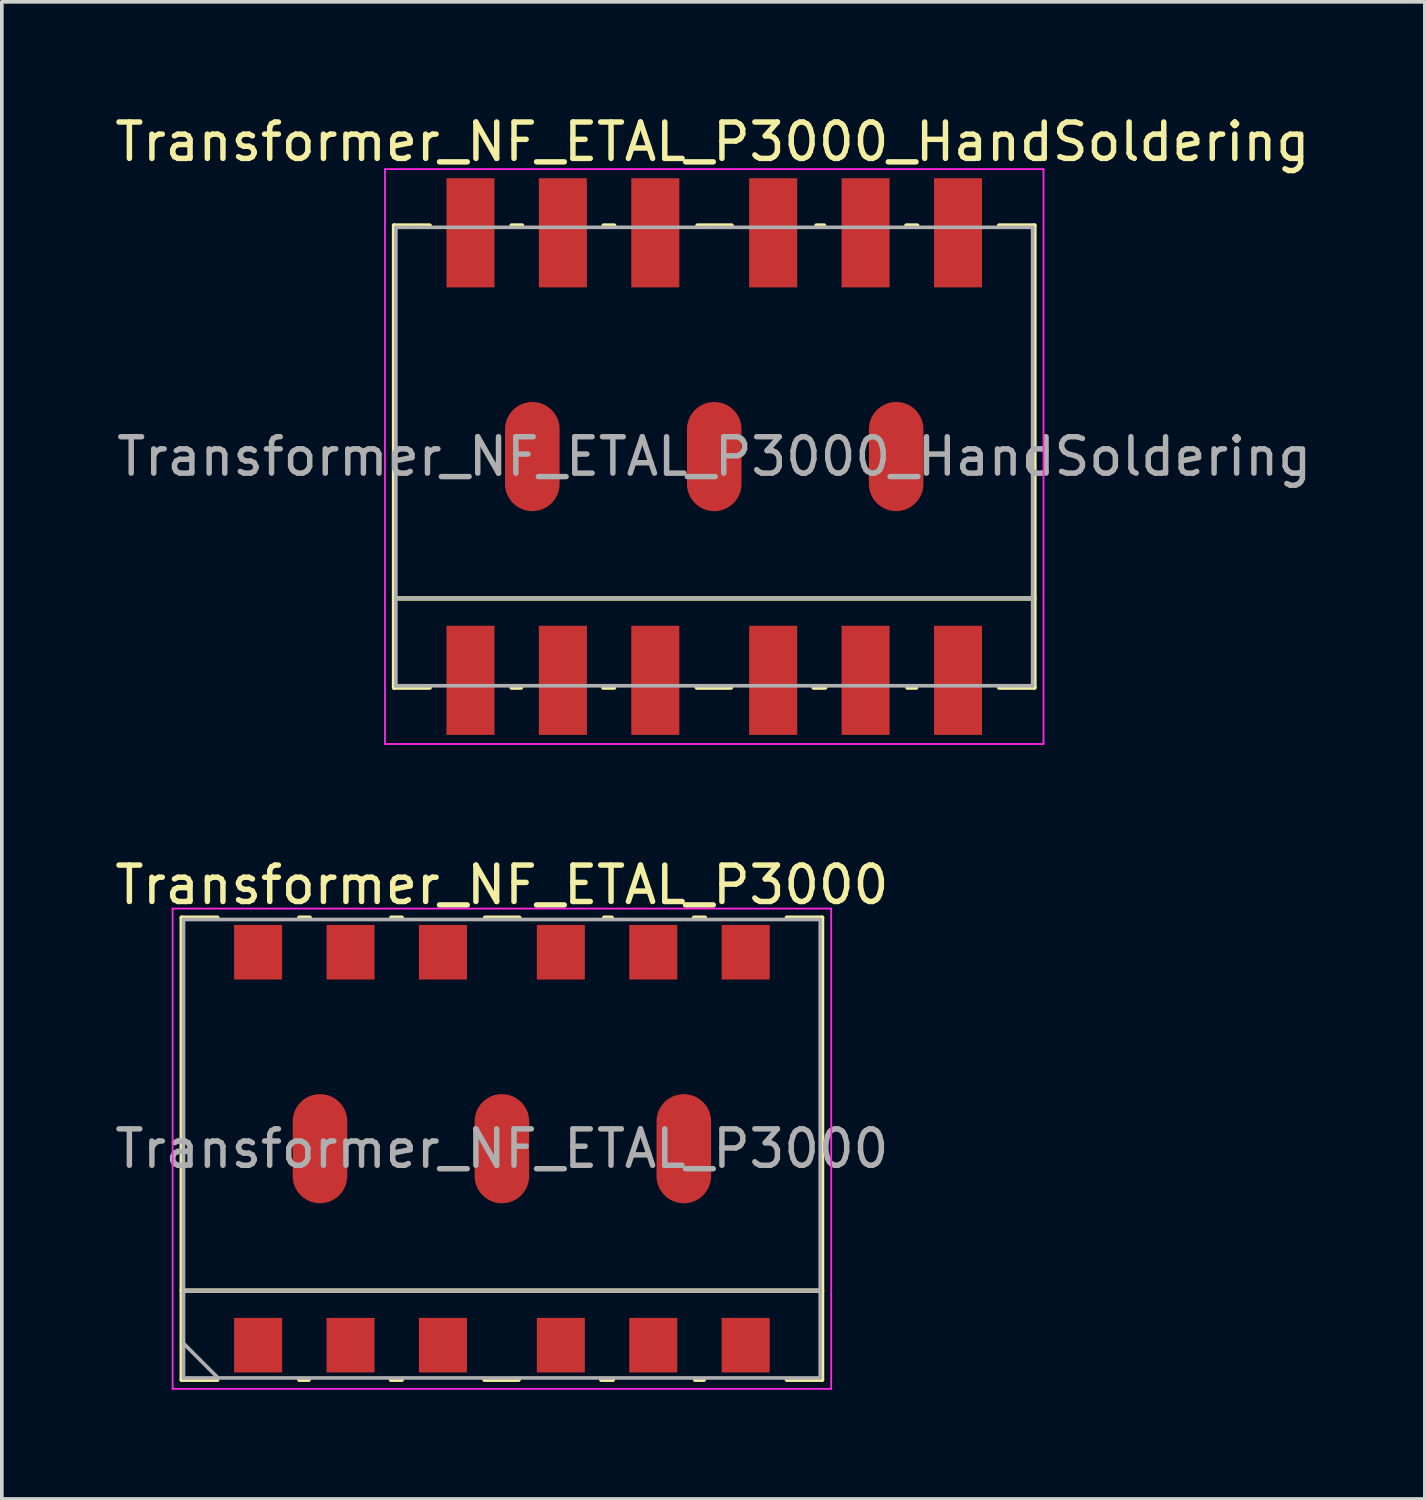
<source format=kicad_pcb>
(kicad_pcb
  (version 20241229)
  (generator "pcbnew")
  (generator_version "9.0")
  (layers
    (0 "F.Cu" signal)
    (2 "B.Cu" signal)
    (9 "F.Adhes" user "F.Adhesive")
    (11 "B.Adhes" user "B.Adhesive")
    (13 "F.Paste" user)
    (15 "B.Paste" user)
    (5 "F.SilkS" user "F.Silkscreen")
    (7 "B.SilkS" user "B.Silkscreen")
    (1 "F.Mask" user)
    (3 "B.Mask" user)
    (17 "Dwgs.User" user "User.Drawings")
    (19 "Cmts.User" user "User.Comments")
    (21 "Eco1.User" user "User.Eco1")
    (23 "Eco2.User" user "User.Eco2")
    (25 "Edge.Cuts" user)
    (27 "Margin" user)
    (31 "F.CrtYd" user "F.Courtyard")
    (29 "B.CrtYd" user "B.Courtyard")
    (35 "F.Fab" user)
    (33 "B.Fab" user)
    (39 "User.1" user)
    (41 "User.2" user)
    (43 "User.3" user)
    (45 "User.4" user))
  (footprint "Transformer_NF_ETAL_P3000"
    (layer "F.Cu")
    (at 10.744 28.521)
    (property "Reference" "Transformer_NF_ETAL_P3000" (at 0 -7.25 0) (layer "F.SilkS") (effects (font (size 1 1) (thickness 0.15))))
    (attr smd)
    (fp_line (start -8.8 -6.35) (end -7.82 -6.35) (stroke (width 0.12) (type solid)) (layer "F.SilkS"))
    (fp_line (start -8.8 6.35) (end -8.8 -6.35) (stroke (width 0.12) (type solid)) (layer "F.SilkS"))
    (fp_line (start -7.82 6.35) (end -8.8 6.35) (stroke (width 0.12) (type solid)) (layer "F.SilkS"))
    (fp_line (start -5.57 -6.35) (end -5.28 -6.35) (stroke (width 0.12) (type solid)) (layer "F.SilkS"))
    (fp_line (start -5.31 6.35) (end -5.57 6.35) (stroke (width 0.12) (type solid)) (layer "F.SilkS"))
    (fp_line (start -3.04 -6.35) (end -2.75 -6.35) (stroke (width 0.12) (type solid)) (layer "F.SilkS"))
    (fp_line (start -2.75 6.35) (end -3.05 6.35) (stroke (width 0.12) (type solid)) (layer "F.SilkS"))
    (fp_line (start -0.46 -6.35) (end 0.48 -6.35) (stroke (width 0.12) (type solid)) (layer "F.SilkS"))
    (fp_line (start 0.46 6.35) (end -0.48 6.35) (stroke (width 0.12) (type solid)) (layer "F.SilkS"))
    (fp_line (start 2.81 -6.35) (end 3.02 -6.35) (stroke (width 0.12) (type solid)) (layer "F.SilkS"))
    (fp_line (start 3.05 6.35) (end 2.73 6.35) (stroke (width 0.12) (type solid)) (layer "F.SilkS"))
    (fp_line (start 5.28 -6.35) (end 5.58 -6.35) (stroke (width 0.12) (type solid)) (layer "F.SilkS"))
    (fp_line (start 5.55 6.35) (end 5.31 6.35) (stroke (width 0.12) (type solid)) (layer "F.SilkS"))
    (fp_line (start 8.8 -6.35) (end 7.83 -6.35) (stroke (width 0.12) (type solid)) (layer "F.SilkS"))
    (fp_line (start 8.8 -6.35) (end 8.8 6.35) (stroke (width 0.12) (type solid)) (layer "F.SilkS"))
    (fp_line (start 8.8 3.9) (end -8.8 3.9) (stroke (width 0.12) (type solid)) (layer "F.SilkS"))
    (fp_line (start 8.8 6.35) (end 7.83 6.35) (stroke (width 0.12) (type solid)) (layer "F.SilkS"))
    (fp_line (start -9.05 -6.6) (end -9.05 6.6) (stroke (width 0.05) (type solid)) (layer "F.CrtYd"))
    (fp_line (start -9.05 -6.6) (end 9.05 -6.6) (stroke (width 0.05) (type solid)) (layer "F.CrtYd"))
    (fp_line (start 9.05 6.6) (end -9.05 6.6) (stroke (width 0.05) (type solid)) (layer "F.CrtYd"))
    (fp_line (start 9.05 6.6) (end 9.05 -6.6) (stroke (width 0.05) (type solid)) (layer "F.CrtYd"))
    (fp_line (start -8.75 -6.3) (end 8.75 -6.3) (stroke (width 0.1) (type solid)) (layer "F.Fab"))
    (fp_line (start -8.75 6.3) (end -8.75 -6.3) (stroke (width 0.1) (type solid)) (layer "F.Fab"))
    (fp_line (start -8.65 3.9) (end 8.7 3.9) (stroke (width 0.1) (type solid)) (layer "F.Fab"))
    (fp_line (start -7.8 6.3) (end -8.75 5.35) (stroke (width 0.1) (type solid)) (layer "F.Fab"))
    (fp_line (start 8.75 -6.3) (end 8.75 6.3) (stroke (width 0.1) (type solid)) (layer "F.Fab"))
    (fp_line (start 8.75 6.3) (end -8.75 6.3) (stroke (width 0.1) (type solid)) (layer "F.Fab"))
    (fp_text user "${REFERENCE}" (at 0 0 0) (layer "F.Fab") (effects (font (size 1 1) (thickness 0.15))))
    (pad "1" smd rect (at -6.7 5.4) (size 1.32 1.5) (layers "F.Cu" "F.Mask" "F.Paste"))
    (pad "2" smd rect (at -4.16 5.4) (size 1.32 1.5) (layers "F.Cu" "F.Mask" "F.Paste"))
    (pad "3" smd rect (at -1.62 5.4) (size 1.32 1.5) (layers "F.Cu" "F.Mask" "F.Paste"))
    (pad "4" smd rect (at 1.62 5.4) (size 1.32 1.5) (layers "F.Cu" "F.Mask" "F.Paste"))
    (pad "5" smd rect (at 4.16 5.4) (size 1.32 1.5) (layers "F.Cu" "F.Mask" "F.Paste"))
    (pad "6" smd rect (at 6.7 5.4) (size 1.32 1.5) (layers "F.Cu" "F.Mask" "F.Paste"))
    (pad "7" smd rect (at 6.7 -5.4) (size 1.32 1.5) (layers "F.Cu" "F.Mask" "F.Paste"))
    (pad "8" smd rect (at 4.16 -5.4) (size 1.32 1.5) (layers "F.Cu" "F.Mask" "F.Paste"))
    (pad "9" smd rect (at 1.62 -5.4) (size 1.32 1.5) (layers "F.Cu" "F.Mask" "F.Paste"))
    (pad "10" smd rect (at -1.62 -5.4) (size 1.32 1.5) (layers "F.Cu" "F.Mask" "F.Paste"))
    (pad "11" smd rect (at -4.16 -5.4) (size 1.32 1.5) (layers "F.Cu" "F.Mask" "F.Paste"))
    (pad "12" smd rect (at -6.7 -5.4) (size 1.32 1.5) (layers "F.Cu" "F.Mask" "F.Paste"))
    (pad "13" smd oval (at -5 0) (size 1.5 3) (layers "F.Cu" "F.Mask" "F.Paste"))
    (pad "13" smd oval (at 0 0) (size 1.5 3) (layers "F.Cu" "F.Mask" "F.Paste"))
    (pad "13" smd oval (at 5 0) (size 1.5 3) (layers "F.Cu" "F.Mask" "F.Paste")))
  (footprint "Transformer_NF_ETAL_P3000_HandSoldering"
    (layer "F.Cu")
    (at 16.58 9.498)
    (property "Reference" "Transformer_NF_ETAL_P3000_HandSoldering" (at -0.05 -8.65 0) (layer "F.SilkS") (effects (font (size 1 1) (thickness 0.15))))
    (attr smd)
    (fp_line (start -8.8 -6.35) (end -7.82 -6.35) (stroke (width 0.12) (type solid)) (layer "F.SilkS"))
    (fp_line (start -8.8 6.35) (end -8.8 -6.35) (stroke (width 0.12) (type solid)) (layer "F.SilkS"))
    (fp_line (start -7.82 6.35) (end -8.8 6.35) (stroke (width 0.12) (type solid)) (layer "F.SilkS"))
    (fp_line (start -5.57 -6.35) (end -5.28 -6.35) (stroke (width 0.12) (type solid)) (layer "F.SilkS"))
    (fp_line (start -5.31 6.35) (end -5.57 6.35) (stroke (width 0.12) (type solid)) (layer "F.SilkS"))
    (fp_line (start -3.04 -6.35) (end -2.75 -6.35) (stroke (width 0.12) (type solid)) (layer "F.SilkS"))
    (fp_line (start -2.75 6.35) (end -3.05 6.35) (stroke (width 0.12) (type solid)) (layer "F.SilkS"))
    (fp_line (start -0.46 -6.35) (end 0.48 -6.35) (stroke (width 0.12) (type solid)) (layer "F.SilkS"))
    (fp_line (start 0.46 6.35) (end -0.48 6.35) (stroke (width 0.12) (type solid)) (layer "F.SilkS"))
    (fp_line (start 2.81 -6.35) (end 3.02 -6.35) (stroke (width 0.12) (type solid)) (layer "F.SilkS"))
    (fp_line (start 3.05 6.35) (end 2.73 6.35) (stroke (width 0.12) (type solid)) (layer "F.SilkS"))
    (fp_line (start 5.28 -6.35) (end 5.58 -6.35) (stroke (width 0.12) (type solid)) (layer "F.SilkS"))
    (fp_line (start 5.55 6.35) (end 5.31 6.35) (stroke (width 0.12) (type solid)) (layer "F.SilkS"))
    (fp_line (start 8.8 -6.35) (end 7.83 -6.35) (stroke (width 0.12) (type solid)) (layer "F.SilkS"))
    (fp_line (start 8.8 -6.35) (end 8.8 6.35) (stroke (width 0.12) (type solid)) (layer "F.SilkS"))
    (fp_line (start 8.8 3.9) (end -8.8 3.9) (stroke (width 0.12) (type solid)) (layer "F.SilkS"))
    (fp_line (start 8.8 6.35) (end 7.83 6.35) (stroke (width 0.12) (type solid)) (layer "F.SilkS"))
    (fp_line (start -9.05 -7.9) (end -9.05 7.9) (stroke (width 0.05) (type solid)) (layer "F.CrtYd"))
    (fp_line (start -9.05 -7.9) (end 9.05 -7.9) (stroke (width 0.05) (type solid)) (layer "F.CrtYd"))
    (fp_line (start 9.05 7.9) (end -9.05 7.9) (stroke (width 0.05) (type solid)) (layer "F.CrtYd"))
    (fp_line (start 9.05 7.9) (end 9.05 -7.9) (stroke (width 0.05) (type solid)) (layer "F.CrtYd"))
    (fp_line (start -8.75 -6.3) (end 8.75 -6.3) (stroke (width 0.1) (type solid)) (layer "F.Fab"))
    (fp_line (start -8.75 6.3) (end -8.75 -6.3) (stroke (width 0.1) (type solid)) (layer "F.Fab"))
    (fp_line (start -8.65 3.9) (end 8.7 3.9) (stroke (width 0.1) (type solid)) (layer "F.Fab"))
    (fp_line (start 8.75 -6.3) (end 8.75 6.3) (stroke (width 0.1) (type solid)) (layer "F.Fab"))
    (fp_line (start 8.75 6.3) (end -8.75 6.3) (stroke (width 0.1) (type solid)) (layer "F.Fab"))
    (fp_text user "${REFERENCE}" (at 0 0 0) (layer "F.Fab") (effects (font (size 1 1) (thickness 0.15))))
    (pad "1" smd rect (at -6.7 6.15) (size 1.32 3) (layers "F.Cu" "F.Mask" "F.Paste"))
    (pad "2" smd rect (at -4.16 6.15) (size 1.32 3) (layers "F.Cu" "F.Mask" "F.Paste"))
    (pad "3" smd rect (at -1.62 6.15) (size 1.32 3) (layers "F.Cu" "F.Mask" "F.Paste"))
    (pad "4" smd rect (at 1.62 6.15) (size 1.32 3) (layers "F.Cu" "F.Mask" "F.Paste"))
    (pad "5" smd rect (at 4.16 6.15) (size 1.32 3) (layers "F.Cu" "F.Mask" "F.Paste"))
    (pad "6" smd rect (at 6.7 6.15) (size 1.32 3) (layers "F.Cu" "F.Mask" "F.Paste"))
    (pad "7" smd rect (at 6.7 -6.15) (size 1.32 3) (layers "F.Cu" "F.Mask" "F.Paste"))
    (pad "8" smd rect (at 4.16 -6.15) (size 1.32 3) (layers "F.Cu" "F.Mask" "F.Paste"))
    (pad "9" smd rect (at 1.62 -6.15) (size 1.32 3) (layers "F.Cu" "F.Mask" "F.Paste"))
    (pad "10" smd rect (at -1.62 -6.15) (size 1.32 3) (layers "F.Cu" "F.Mask" "F.Paste"))
    (pad "11" smd rect (at -4.16 -6.15) (size 1.32 3) (layers "F.Cu" "F.Mask" "F.Paste"))
    (pad "12" smd rect (at -6.7 -6.15) (size 1.32 3) (layers "F.Cu" "F.Mask" "F.Paste"))
    (pad "13" smd oval (at -5 0) (size 1.5 3) (layers "F.Cu" "F.Mask" "F.Paste"))
    (pad "13" smd oval (at 0 0) (size 1.5 3) (layers "F.Cu" "F.Mask" "F.Paste"))
    (pad "13" smd oval (at 5 0) (size 1.5 3) (layers "F.Cu" "F.Mask" "F.Paste")))
  (gr_rect
    (start -3 -3)
    (end 36.11 38.147)
    (stroke (width 0.1) (type default))
    (fill no)
    (layer "Edge.Cuts")))
</source>
